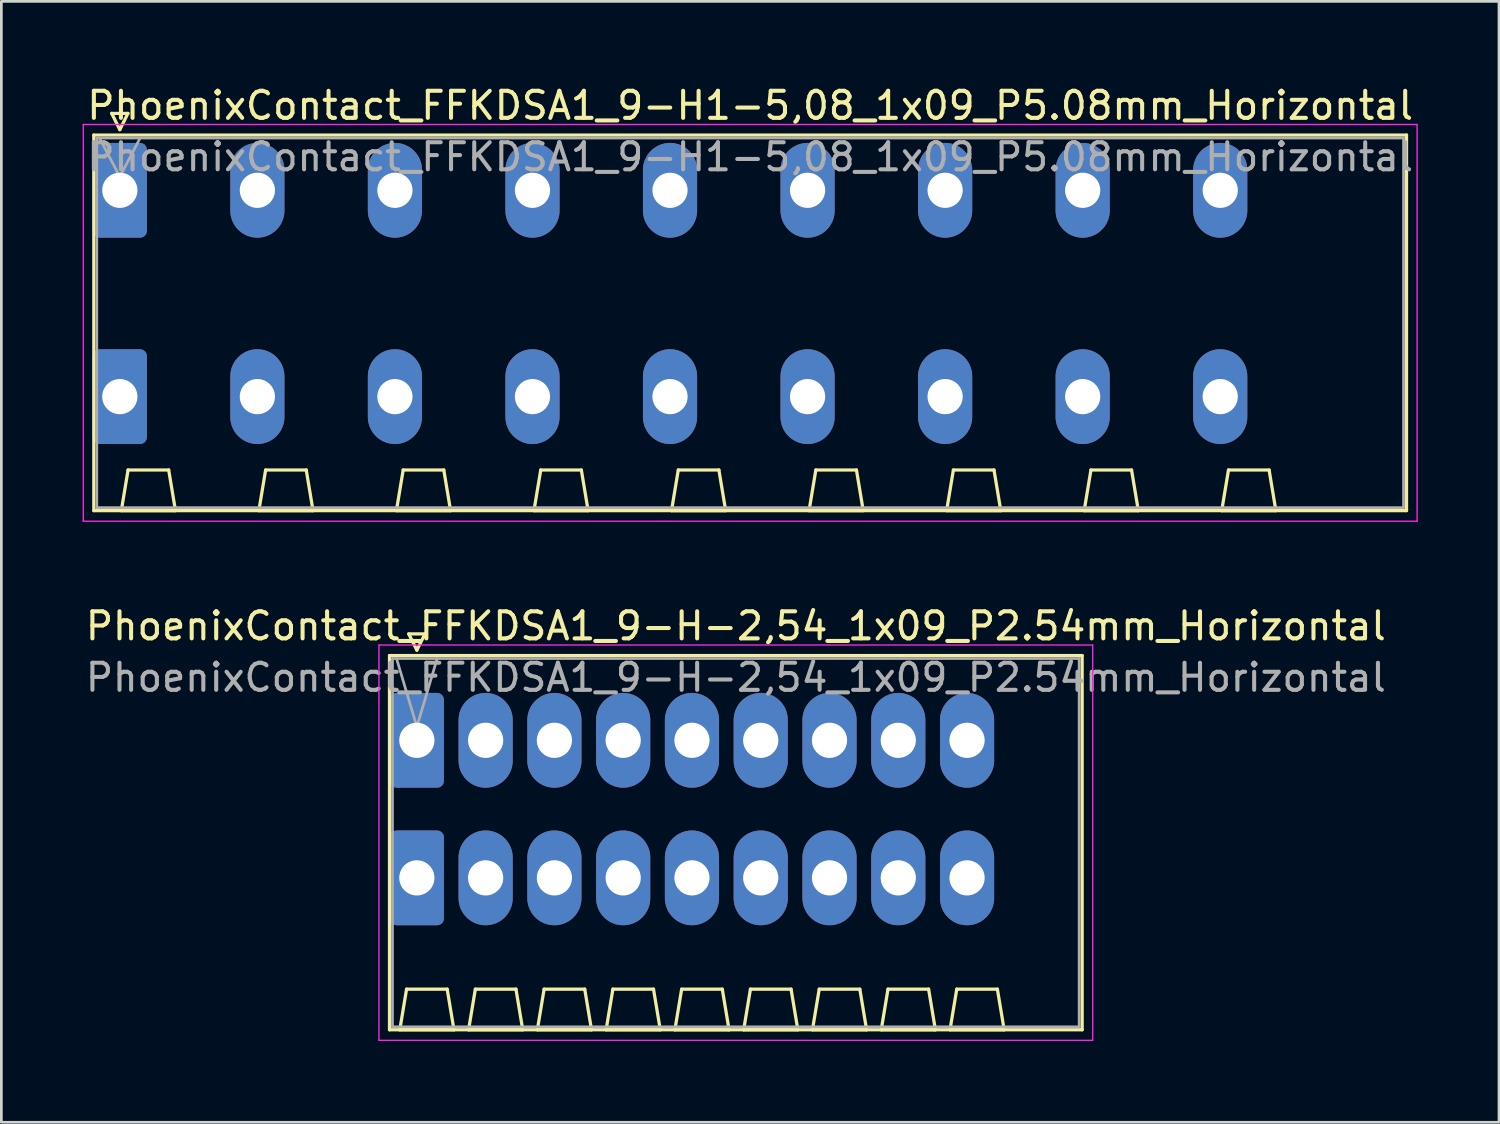
<source format=kicad_pcb>
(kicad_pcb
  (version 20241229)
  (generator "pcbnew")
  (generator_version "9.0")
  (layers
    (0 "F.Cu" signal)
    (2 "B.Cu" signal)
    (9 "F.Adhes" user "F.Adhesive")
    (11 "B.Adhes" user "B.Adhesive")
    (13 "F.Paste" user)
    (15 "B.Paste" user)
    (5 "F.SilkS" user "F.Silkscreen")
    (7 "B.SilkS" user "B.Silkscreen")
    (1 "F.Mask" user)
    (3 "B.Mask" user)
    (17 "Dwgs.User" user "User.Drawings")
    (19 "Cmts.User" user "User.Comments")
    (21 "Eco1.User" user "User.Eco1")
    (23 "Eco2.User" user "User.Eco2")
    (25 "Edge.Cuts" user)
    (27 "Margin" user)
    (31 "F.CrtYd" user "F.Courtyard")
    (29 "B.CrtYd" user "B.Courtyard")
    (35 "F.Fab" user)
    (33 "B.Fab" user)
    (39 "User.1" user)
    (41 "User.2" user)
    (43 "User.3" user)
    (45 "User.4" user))
  (footprint "PhoenixContact_FFKDSA1_9-H-2,54_1x09_P2.54mm_Horizontal"
    (layer "F.Cu")
    (at 12.345 24.291)
    (property "Reference" "PhoenixContact_FFKDSA1_9-H-2,54_1x09_P2.54mm_Horizontal" (at 11.78 -4.22 0) (layer "F.SilkS") (effects (font (size 1 1) (thickness 0.15))))
    (attr through_hole)
    (fp_line (start -1.01 -3.13) (end -1.01 10.69) (stroke (width 0.12) (type solid)) (layer "F.SilkS"))
    (fp_line (start -1.01 10.69) (end 24.57 10.69) (stroke (width 0.12) (type solid)) (layer "F.SilkS"))
    (fp_line (start -0.63 10.69) (end 1.37 10.69) (stroke (width 0.12) (type solid)) (layer "F.SilkS"))
    (fp_line (start -0.38 9.19) (end -0.63 10.69) (stroke (width 0.12) (type solid)) (layer "F.SilkS"))
    (fp_line (start -0.3 -3.93) (end 0.3 -3.93) (stroke (width 0.12) (type solid)) (layer "F.SilkS"))
    (fp_line (start 0 -3.33) (end -0.3 -3.93) (stroke (width 0.12) (type solid)) (layer "F.SilkS"))
    (fp_line (start 0.3 -3.93) (end 0 -3.33) (stroke (width 0.12) (type solid)) (layer "F.SilkS"))
    (fp_line (start 1.12 9.19) (end -0.38 9.19) (stroke (width 0.12) (type solid)) (layer "F.SilkS"))
    (fp_line (start 1.37 10.69) (end 1.12 9.19) (stroke (width 0.12) (type solid)) (layer "F.SilkS"))
    (fp_line (start 1.91 10.69) (end 3.91 10.69) (stroke (width 0.12) (type solid)) (layer "F.SilkS"))
    (fp_line (start 2.16 9.19) (end 1.91 10.69) (stroke (width 0.12) (type solid)) (layer "F.SilkS"))
    (fp_line (start 3.66 9.19) (end 2.16 9.19) (stroke (width 0.12) (type solid)) (layer "F.SilkS"))
    (fp_line (start 3.91 10.69) (end 3.66 9.19) (stroke (width 0.12) (type solid)) (layer "F.SilkS"))
    (fp_line (start 4.45 10.69) (end 6.45 10.69) (stroke (width 0.12) (type solid)) (layer "F.SilkS"))
    (fp_line (start 4.7 9.19) (end 4.45 10.69) (stroke (width 0.12) (type solid)) (layer "F.SilkS"))
    (fp_line (start 6.2 9.19) (end 4.7 9.19) (stroke (width 0.12) (type solid)) (layer "F.SilkS"))
    (fp_line (start 6.45 10.69) (end 6.2 9.19) (stroke (width 0.12) (type solid)) (layer "F.SilkS"))
    (fp_line (start 6.99 10.69) (end 8.99 10.69) (stroke (width 0.12) (type solid)) (layer "F.SilkS"))
    (fp_line (start 7.24 9.19) (end 6.99 10.69) (stroke (width 0.12) (type solid)) (layer "F.SilkS"))
    (fp_line (start 8.74 9.19) (end 7.24 9.19) (stroke (width 0.12) (type solid)) (layer "F.SilkS"))
    (fp_line (start 8.99 10.69) (end 8.74 9.19) (stroke (width 0.12) (type solid)) (layer "F.SilkS"))
    (fp_line (start 9.53 10.69) (end 11.53 10.69) (stroke (width 0.12) (type solid)) (layer "F.SilkS"))
    (fp_line (start 9.78 9.19) (end 9.53 10.69) (stroke (width 0.12) (type solid)) (layer "F.SilkS"))
    (fp_line (start 11.28 9.19) (end 9.78 9.19) (stroke (width 0.12) (type solid)) (layer "F.SilkS"))
    (fp_line (start 11.53 10.69) (end 11.28 9.19) (stroke (width 0.12) (type solid)) (layer "F.SilkS"))
    (fp_line (start 12.07 10.69) (end 14.07 10.69) (stroke (width 0.12) (type solid)) (layer "F.SilkS"))
    (fp_line (start 12.32 9.19) (end 12.07 10.69) (stroke (width 0.12) (type solid)) (layer "F.SilkS"))
    (fp_line (start 13.82 9.19) (end 12.32 9.19) (stroke (width 0.12) (type solid)) (layer "F.SilkS"))
    (fp_line (start 14.07 10.69) (end 13.82 9.19) (stroke (width 0.12) (type solid)) (layer "F.SilkS"))
    (fp_line (start 14.61 10.69) (end 16.61 10.69) (stroke (width 0.12) (type solid)) (layer "F.SilkS"))
    (fp_line (start 14.86 9.19) (end 14.61 10.69) (stroke (width 0.12) (type solid)) (layer "F.SilkS"))
    (fp_line (start 16.36 9.19) (end 14.86 9.19) (stroke (width 0.12) (type solid)) (layer "F.SilkS"))
    (fp_line (start 16.61 10.69) (end 16.36 9.19) (stroke (width 0.12) (type solid)) (layer "F.SilkS"))
    (fp_line (start 17.15 10.69) (end 19.15 10.69) (stroke (width 0.12) (type solid)) (layer "F.SilkS"))
    (fp_line (start 17.4 9.19) (end 17.15 10.69) (stroke (width 0.12) (type solid)) (layer "F.SilkS"))
    (fp_line (start 18.9 9.19) (end 17.4 9.19) (stroke (width 0.12) (type solid)) (layer "F.SilkS"))
    (fp_line (start 19.15 10.69) (end 18.9 9.19) (stroke (width 0.12) (type solid)) (layer "F.SilkS"))
    (fp_line (start 19.69 10.69) (end 21.69 10.69) (stroke (width 0.12) (type solid)) (layer "F.SilkS"))
    (fp_line (start 19.94 9.19) (end 19.69 10.69) (stroke (width 0.12) (type solid)) (layer "F.SilkS"))
    (fp_line (start 21.44 9.19) (end 19.94 9.19) (stroke (width 0.12) (type solid)) (layer "F.SilkS"))
    (fp_line (start 21.69 10.69) (end 21.44 9.19) (stroke (width 0.12) (type solid)) (layer "F.SilkS"))
    (fp_line (start 24.57 -3.13) (end -1.01 -3.13) (stroke (width 0.12) (type solid)) (layer "F.SilkS"))
    (fp_line (start 24.57 10.69) (end 24.57 -3.13) (stroke (width 0.12) (type solid)) (layer "F.SilkS"))
    (fp_line (start -1.4 -3.52) (end -1.4 11.08) (stroke (width 0.05) (type solid)) (layer "F.CrtYd"))
    (fp_line (start -1.4 11.08) (end 24.96 11.08) (stroke (width 0.05) (type solid)) (layer "F.CrtYd"))
    (fp_line (start 24.96 -3.52) (end -1.4 -3.52) (stroke (width 0.05) (type solid)) (layer "F.CrtYd"))
    (fp_line (start 24.96 11.08) (end 24.96 -3.52) (stroke (width 0.05) (type solid)) (layer "F.CrtYd"))
    (fp_line (start -0.9 -3.02) (end -0.9 10.58) (stroke (width 0.1) (type solid)) (layer "F.Fab"))
    (fp_line (start -0.9 10.58) (end 24.46 10.58) (stroke (width 0.1) (type solid)) (layer "F.Fab"))
    (fp_line (start 0 -0.5) (end -0.75 -3.02) (stroke (width 0.1) (type solid)) (layer "F.Fab"))
    (fp_line (start 0.75 -3.02) (end 0 -0.5) (stroke (width 0.1) (type solid)) (layer "F.Fab"))
    (fp_line (start 24.46 -3.02) (end -0.9 -3.02) (stroke (width 0.1) (type solid)) (layer "F.Fab"))
    (fp_line (start 24.46 10.58) (end 24.46 -3.02) (stroke (width 0.1) (type solid)) (layer "F.Fab"))
    (fp_text user "${REFERENCE}" (at 11.78 -2.32 0) (layer "F.Fab") (effects (font (size 1 1) (thickness 0.15))))
    (pad "1" thru_hole roundrect (at 0 0) (size 2 3.5) (drill 1.3) (layers "*.Cu" "*.Mask") (roundrect_rratio 0.125))
    (pad "1" thru_hole roundrect (at 0 5.08) (size 2 3.5) (drill 1.3) (layers "*.Cu" "*.Mask") (roundrect_rratio 0.125))
    (pad "2" thru_hole oval (at 2.54 0) (size 2 3.5) (drill 1.3) (layers "*.Cu" "*.Mask"))
    (pad "2" thru_hole oval (at 2.54 5.08) (size 2 3.5) (drill 1.3) (layers "*.Cu" "*.Mask"))
    (pad "3" thru_hole oval (at 5.08 0) (size 2 3.5) (drill 1.3) (layers "*.Cu" "*.Mask"))
    (pad "3" thru_hole oval (at 5.08 5.08) (size 2 3.5) (drill 1.3) (layers "*.Cu" "*.Mask"))
    (pad "4" thru_hole oval (at 7.62 0) (size 2 3.5) (drill 1.3) (layers "*.Cu" "*.Mask"))
    (pad "4" thru_hole oval (at 7.62 5.08) (size 2 3.5) (drill 1.3) (layers "*.Cu" "*.Mask"))
    (pad "5" thru_hole oval (at 10.16 0) (size 2 3.5) (drill 1.3) (layers "*.Cu" "*.Mask"))
    (pad "5" thru_hole oval (at 10.16 5.08) (size 2 3.5) (drill 1.3) (layers "*.Cu" "*.Mask"))
    (pad "6" thru_hole oval (at 12.7 0) (size 2 3.5) (drill 1.3) (layers "*.Cu" "*.Mask"))
    (pad "6" thru_hole oval (at 12.7 5.08) (size 2 3.5) (drill 1.3) (layers "*.Cu" "*.Mask"))
    (pad "7" thru_hole oval (at 15.24 0) (size 2 3.5) (drill 1.3) (layers "*.Cu" "*.Mask"))
    (pad "7" thru_hole oval (at 15.24 5.08) (size 2 3.5) (drill 1.3) (layers "*.Cu" "*.Mask"))
    (pad "8" thru_hole oval (at 17.78 0) (size 2 3.5) (drill 1.3) (layers "*.Cu" "*.Mask"))
    (pad "8" thru_hole oval (at 17.78 5.08) (size 2 3.5) (drill 1.3) (layers "*.Cu" "*.Mask"))
    (pad "9" thru_hole oval (at 20.32 0) (size 2 3.5) (drill 1.3) (layers "*.Cu" "*.Mask"))
    (pad "9" thru_hole oval (at 20.32 5.08) (size 2 3.5) (drill 1.3) (layers "*.Cu" "*.Mask")))
  (footprint "PhoenixContact_FFKDSA1_9-H1-5,08_1x09_P5.08mm_Horizontal"
    (layer "F.Cu")
    (at 1.375 3.978)
    (property "Reference" "PhoenixContact_FFKDSA1_9-H1-5,08_1x09_P5.08mm_Horizontal" (at 23.28 -3.13 0) (layer "F.SilkS") (effects (font (size 1 1) (thickness 0.15))))
    (attr through_hole)
    (fp_line (start -0.96 -2.04) (end -0.96 11.83) (stroke (width 0.12) (type solid)) (layer "F.SilkS"))
    (fp_line (start -0.96 11.83) (end 47.52 11.83) (stroke (width 0.12) (type solid)) (layer "F.SilkS"))
    (fp_line (start -0.3 -2.84) (end 0.3 -2.84) (stroke (width 0.12) (type solid)) (layer "F.SilkS"))
    (fp_line (start 0 -2.24) (end -0.3 -2.84) (stroke (width 0.12) (type solid)) (layer "F.SilkS"))
    (fp_line (start 0.055 11.83) (end 2.055 11.83) (stroke (width 0.12) (type solid)) (layer "F.SilkS"))
    (fp_line (start 0.3 -2.84) (end 0 -2.24) (stroke (width 0.12) (type solid)) (layer "F.SilkS"))
    (fp_line (start 0.305 10.33) (end 0.055 11.83) (stroke (width 0.12) (type solid)) (layer "F.SilkS"))
    (fp_line (start 1.805 10.33) (end 0.305 10.33) (stroke (width 0.12) (type solid)) (layer "F.SilkS"))
    (fp_line (start 2.055 11.83) (end 1.805 10.33) (stroke (width 0.12) (type solid)) (layer "F.SilkS"))
    (fp_line (start 5.135 11.83) (end 7.135 11.83) (stroke (width 0.12) (type solid)) (layer "F.SilkS"))
    (fp_line (start 5.385 10.33) (end 5.135 11.83) (stroke (width 0.12) (type solid)) (layer "F.SilkS"))
    (fp_line (start 6.885 10.33) (end 5.385 10.33) (stroke (width 0.12) (type solid)) (layer "F.SilkS"))
    (fp_line (start 7.135 11.83) (end 6.885 10.33) (stroke (width 0.12) (type solid)) (layer "F.SilkS"))
    (fp_line (start 10.215 11.83) (end 12.215 11.83) (stroke (width 0.12) (type solid)) (layer "F.SilkS"))
    (fp_line (start 10.465 10.33) (end 10.215 11.83) (stroke (width 0.12) (type solid)) (layer "F.SilkS"))
    (fp_line (start 11.965 10.33) (end 10.465 10.33) (stroke (width 0.12) (type solid)) (layer "F.SilkS"))
    (fp_line (start 12.215 11.83) (end 11.965 10.33) (stroke (width 0.12) (type solid)) (layer "F.SilkS"))
    (fp_line (start 15.295 11.83) (end 17.295 11.83) (stroke (width 0.12) (type solid)) (layer "F.SilkS"))
    (fp_line (start 15.545 10.33) (end 15.295 11.83) (stroke (width 0.12) (type solid)) (layer "F.SilkS"))
    (fp_line (start 17.045 10.33) (end 15.545 10.33) (stroke (width 0.12) (type solid)) (layer "F.SilkS"))
    (fp_line (start 17.295 11.83) (end 17.045 10.33) (stroke (width 0.12) (type solid)) (layer "F.SilkS"))
    (fp_line (start 20.375 11.83) (end 22.375 11.83) (stroke (width 0.12) (type solid)) (layer "F.SilkS"))
    (fp_line (start 20.625 10.33) (end 20.375 11.83) (stroke (width 0.12) (type solid)) (layer "F.SilkS"))
    (fp_line (start 22.125 10.33) (end 20.625 10.33) (stroke (width 0.12) (type solid)) (layer "F.SilkS"))
    (fp_line (start 22.375 11.83) (end 22.125 10.33) (stroke (width 0.12) (type solid)) (layer "F.SilkS"))
    (fp_line (start 25.455 11.83) (end 27.455 11.83) (stroke (width 0.12) (type solid)) (layer "F.SilkS"))
    (fp_line (start 25.705 10.33) (end 25.455 11.83) (stroke (width 0.12) (type solid)) (layer "F.SilkS"))
    (fp_line (start 27.205 10.33) (end 25.705 10.33) (stroke (width 0.12) (type solid)) (layer "F.SilkS"))
    (fp_line (start 27.455 11.83) (end 27.205 10.33) (stroke (width 0.12) (type solid)) (layer "F.SilkS"))
    (fp_line (start 30.535 11.83) (end 32.535 11.83) (stroke (width 0.12) (type solid)) (layer "F.SilkS"))
    (fp_line (start 30.785 10.33) (end 30.535 11.83) (stroke (width 0.12) (type solid)) (layer "F.SilkS"))
    (fp_line (start 32.285 10.33) (end 30.785 10.33) (stroke (width 0.12) (type solid)) (layer "F.SilkS"))
    (fp_line (start 32.535 11.83) (end 32.285 10.33) (stroke (width 0.12) (type solid)) (layer "F.SilkS"))
    (fp_line (start 35.615 11.83) (end 37.615 11.83) (stroke (width 0.12) (type solid)) (layer "F.SilkS"))
    (fp_line (start 35.865 10.33) (end 35.615 11.83) (stroke (width 0.12) (type solid)) (layer "F.SilkS"))
    (fp_line (start 37.365 10.33) (end 35.865 10.33) (stroke (width 0.12) (type solid)) (layer "F.SilkS"))
    (fp_line (start 37.615 11.83) (end 37.365 10.33) (stroke (width 0.12) (type solid)) (layer "F.SilkS"))
    (fp_line (start 40.695 11.83) (end 42.695 11.83) (stroke (width 0.12) (type solid)) (layer "F.SilkS"))
    (fp_line (start 40.945 10.33) (end 40.695 11.83) (stroke (width 0.12) (type solid)) (layer "F.SilkS"))
    (fp_line (start 42.445 10.33) (end 40.945 10.33) (stroke (width 0.12) (type solid)) (layer "F.SilkS"))
    (fp_line (start 42.695 11.83) (end 42.445 10.33) (stroke (width 0.12) (type solid)) (layer "F.SilkS"))
    (fp_line (start 47.52 -2.04) (end -0.96 -2.04) (stroke (width 0.12) (type solid)) (layer "F.SilkS"))
    (fp_line (start 47.52 11.83) (end 47.52 -2.04) (stroke (width 0.12) (type solid)) (layer "F.SilkS"))
    (fp_line (start -1.35 -2.43) (end -1.35 12.22) (stroke (width 0.05) (type solid)) (layer "F.CrtYd"))
    (fp_line (start -1.35 12.22) (end 47.91 12.22) (stroke (width 0.05) (type solid)) (layer "F.CrtYd"))
    (fp_line (start 47.91 -2.43) (end -1.35 -2.43) (stroke (width 0.05) (type solid)) (layer "F.CrtYd"))
    (fp_line (start 47.91 12.22) (end 47.91 -2.43) (stroke (width 0.05) (type solid)) (layer "F.CrtYd"))
    (fp_line (start -0.85 -1.93) (end -0.85 11.72) (stroke (width 0.1) (type solid)) (layer "F.Fab"))
    (fp_line (start -0.85 11.72) (end 47.41 11.72) (stroke (width 0.1) (type solid)) (layer "F.Fab"))
    (fp_line (start 0 -0.5) (end -0.75 -1.93) (stroke (width 0.1) (type solid)) (layer "F.Fab"))
    (fp_line (start 0.75 -1.93) (end 0 -0.5) (stroke (width 0.1) (type solid)) (layer "F.Fab"))
    (fp_line (start 47.41 -1.93) (end -0.85 -1.93) (stroke (width 0.1) (type solid)) (layer "F.Fab"))
    (fp_line (start 47.41 11.72) (end 47.41 -1.93) (stroke (width 0.1) (type solid)) (layer "F.Fab"))
    (fp_text user "${REFERENCE}" (at 23.28 -1.23 0) (layer "F.Fab") (effects (font (size 1 1) (thickness 0.15))))
    (pad "1" thru_hole roundrect (at 0 0) (size 2 3.5) (drill 1.3) (layers "*.Cu" "*.Mask") (roundrect_rratio 0.125))
    (pad "1" thru_hole roundrect (at 0 7.62) (size 2 3.5) (drill 1.3) (layers "*.Cu" "*.Mask") (roundrect_rratio 0.125))
    (pad "2" thru_hole oval (at 5.08 0) (size 2 3.5) (drill 1.3) (layers "*.Cu" "*.Mask"))
    (pad "2" thru_hole oval (at 5.08 7.62) (size 2 3.5) (drill 1.3) (layers "*.Cu" "*.Mask"))
    (pad "3" thru_hole oval (at 10.16 0) (size 2 3.5) (drill 1.3) (layers "*.Cu" "*.Mask"))
    (pad "3" thru_hole oval (at 10.16 7.62) (size 2 3.5) (drill 1.3) (layers "*.Cu" "*.Mask"))
    (pad "4" thru_hole oval (at 15.24 0) (size 2 3.5) (drill 1.3) (layers "*.Cu" "*.Mask"))
    (pad "4" thru_hole oval (at 15.24 7.62) (size 2 3.5) (drill 1.3) (layers "*.Cu" "*.Mask"))
    (pad "5" thru_hole oval (at 20.32 0) (size 2 3.5) (drill 1.3) (layers "*.Cu" "*.Mask"))
    (pad "5" thru_hole oval (at 20.32 7.62) (size 2 3.5) (drill 1.3) (layers "*.Cu" "*.Mask"))
    (pad "6" thru_hole oval (at 25.4 0) (size 2 3.5) (drill 1.3) (layers "*.Cu" "*.Mask"))
    (pad "6" thru_hole oval (at 25.4 7.62) (size 2 3.5) (drill 1.3) (layers "*.Cu" "*.Mask"))
    (pad "7" thru_hole oval (at 30.48 0) (size 2 3.5) (drill 1.3) (layers "*.Cu" "*.Mask"))
    (pad "7" thru_hole oval (at 30.48 7.62) (size 2 3.5) (drill 1.3) (layers "*.Cu" "*.Mask"))
    (pad "8" thru_hole oval (at 35.56 0) (size 2 3.5) (drill 1.3) (layers "*.Cu" "*.Mask"))
    (pad "8" thru_hole oval (at 35.56 7.62) (size 2 3.5) (drill 1.3) (layers "*.Cu" "*.Mask"))
    (pad "9" thru_hole oval (at 40.64 0) (size 2 3.5) (drill 1.3) (layers "*.Cu" "*.Mask"))
    (pad "9" thru_hole oval (at 40.64 7.62) (size 2 3.5) (drill 1.3) (layers "*.Cu" "*.Mask")))
  (gr_rect
    (start -3 -3)
    (end 52.31 38.397)
    (stroke (width 0.1) (type default))
    (fill no)
    (layer "Edge.Cuts")))
</source>
